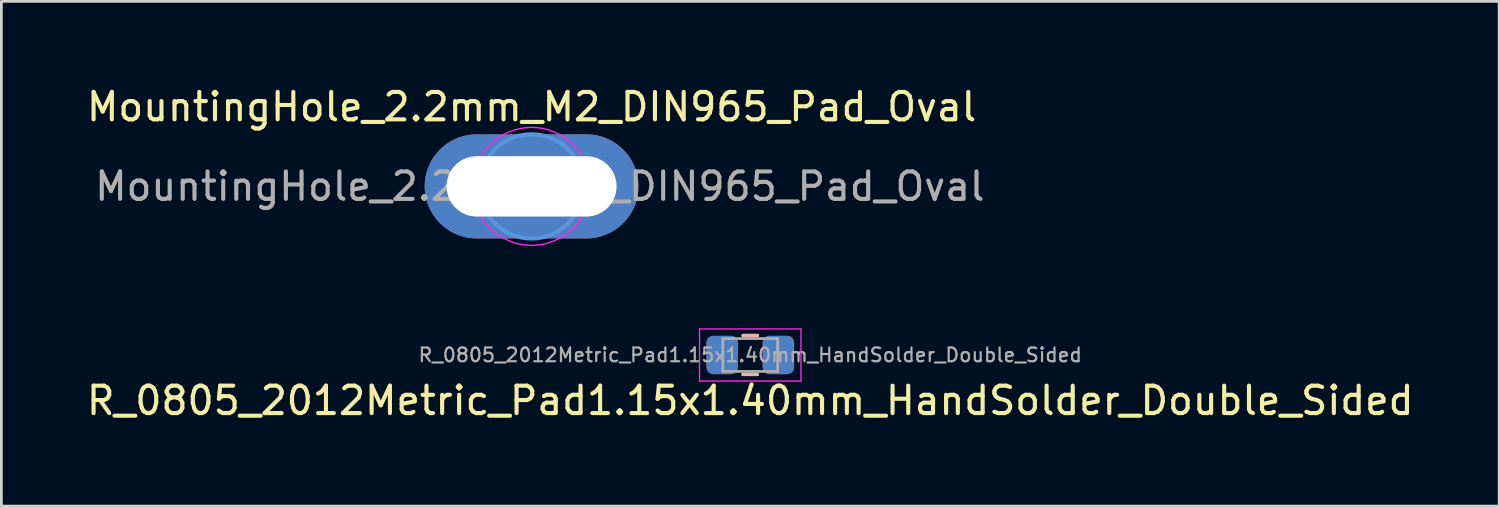
<source format=kicad_pcb>
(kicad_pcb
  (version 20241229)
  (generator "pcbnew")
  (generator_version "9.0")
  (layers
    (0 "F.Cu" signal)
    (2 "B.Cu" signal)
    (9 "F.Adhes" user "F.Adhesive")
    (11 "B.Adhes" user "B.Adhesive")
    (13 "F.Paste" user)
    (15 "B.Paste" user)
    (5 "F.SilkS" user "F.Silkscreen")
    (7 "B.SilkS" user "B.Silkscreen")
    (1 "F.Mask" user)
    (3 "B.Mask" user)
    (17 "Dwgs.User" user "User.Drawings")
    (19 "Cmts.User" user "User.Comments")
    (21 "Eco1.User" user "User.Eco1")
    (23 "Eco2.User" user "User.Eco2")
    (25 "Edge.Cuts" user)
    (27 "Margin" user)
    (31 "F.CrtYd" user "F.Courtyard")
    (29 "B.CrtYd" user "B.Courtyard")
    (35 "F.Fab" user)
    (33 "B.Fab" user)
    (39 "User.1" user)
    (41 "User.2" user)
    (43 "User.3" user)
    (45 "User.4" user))
  (footprint "R_0805_2012Metric_Pad1.15x1.40mm_HandSolder_Double_Sided"
    (layer "F.Cu")
    (at 24.315 9.898)
    (property "Reference" "R_0805_2012Metric_Pad1.15x1.40mm_HandSolder_Double_Sided" (at 0 1.664 0) (layer "F.SilkS") (effects (font (size 1 1) (thickness 0.15))))
    (attr smd)
    (fp_line (start -0.261 -0.71) (end 0.261 -0.71) (stroke (width 0.12) (type solid)) (layer "F.SilkS"))
    (fp_line (start -0.261 0.71) (end 0.261 0.71) (stroke (width 0.12) (type solid)) (layer "F.SilkS"))
    (fp_line (start -0.261 -0.71) (end 0.261 -0.71) (stroke (width 0.12) (type solid)) (layer "B.SilkS"))
    (fp_line (start -0.261 0.71) (end 0.261 0.71) (stroke (width 0.12) (type solid)) (layer "B.SilkS"))
    (fp_line (start -1.85 -0.95) (end 1.85 -0.95) (stroke (width 0.05) (type solid)) (layer "F.CrtYd"))
    (fp_line (start -1.85 0.95) (end -1.85 -0.95) (stroke (width 0.05) (type solid)) (layer "F.CrtYd"))
    (fp_line (start 1.85 -0.95) (end 1.85 0.95) (stroke (width 0.05) (type solid)) (layer "F.CrtYd"))
    (fp_line (start 1.85 0.95) (end -1.85 0.95) (stroke (width 0.05) (type solid)) (layer "F.CrtYd"))
    (fp_line (start -1 -0.6) (end 1 -0.6) (stroke (width 0.1) (type solid)) (layer "F.Fab"))
    (fp_line (start -1 0.6) (end -1 -0.6) (stroke (width 0.1) (type solid)) (layer "F.Fab"))
    (fp_line (start 1 -0.6) (end 1 0.6) (stroke (width 0.1) (type solid)) (layer "F.Fab"))
    (fp_line (start 1 0.6) (end -1 0.6) (stroke (width 0.1) (type solid)) (layer "F.Fab"))
    (fp_text user "${REFERENCE}" (at 0 0 0) (layer "F.Fab") (effects (font (size 0.5 0.5) (thickness 0.08))))
    (pad "1" smd roundrect (at -1.025 0) (size 1.15 1.4) (layers "F.Cu" "F.Mask" "F.Paste") (roundrect_rratio 0.217))
    (pad "1" smd roundrect (at -1.025 0) (size 1.15 1.4) (layers "B.Cu" "B.Mask" "B.Paste") (roundrect_rratio 0.217))
    (pad "2" smd roundrect (at 1.025 0) (size 1.15 1.4) (layers "F.Cu" "F.Mask" "F.Paste") (roundrect_rratio 0.217))
    (pad "2" smd roundrect (at 1.025 0) (size 1.15 1.4) (layers "B.Cu" "B.Mask" "B.Paste") (roundrect_rratio 0.217)))
  (footprint "MountingHole_2.2mm_M2_DIN965_Pad_Oval"
    (layer "F.Cu")
    (at 16.339 3.748)
    (property "Reference" "MountingHole_2.2mm_M2_DIN965_Pad_Oval" (at 0 -2.9 0) (layer "F.SilkS") (effects (font (size 1 1) (thickness 0.15))))
    (attr exclude_from_pos_files exclude_from_bom)
    (fp_circle (center 0 0) (end 1.9 0) (stroke (width 0.15) (type solid)) (fill no) (layer "Cmts.User"))
    (fp_circle (center 0 0) (end 2.15 0) (stroke (width 0.05) (type solid)) (fill no) (layer "F.CrtYd"))
    (fp_text user "${REFERENCE}" (at 0.3 0 0) (layer "F.Fab") (effects (font (size 1 1) (thickness 0.15))))
    (pad "1" thru_hole oval (at 0 0) (size 7.8 3.8) (drill oval 6.2 2.2) (layers "*.Cu" "*.Mask")))
  (gr_rect
    (start -3 -3)
    (end 51.631 15.411)
    (stroke (width 0.1) (type default))
    (fill no)
    (layer "Edge.Cuts")))
</source>
